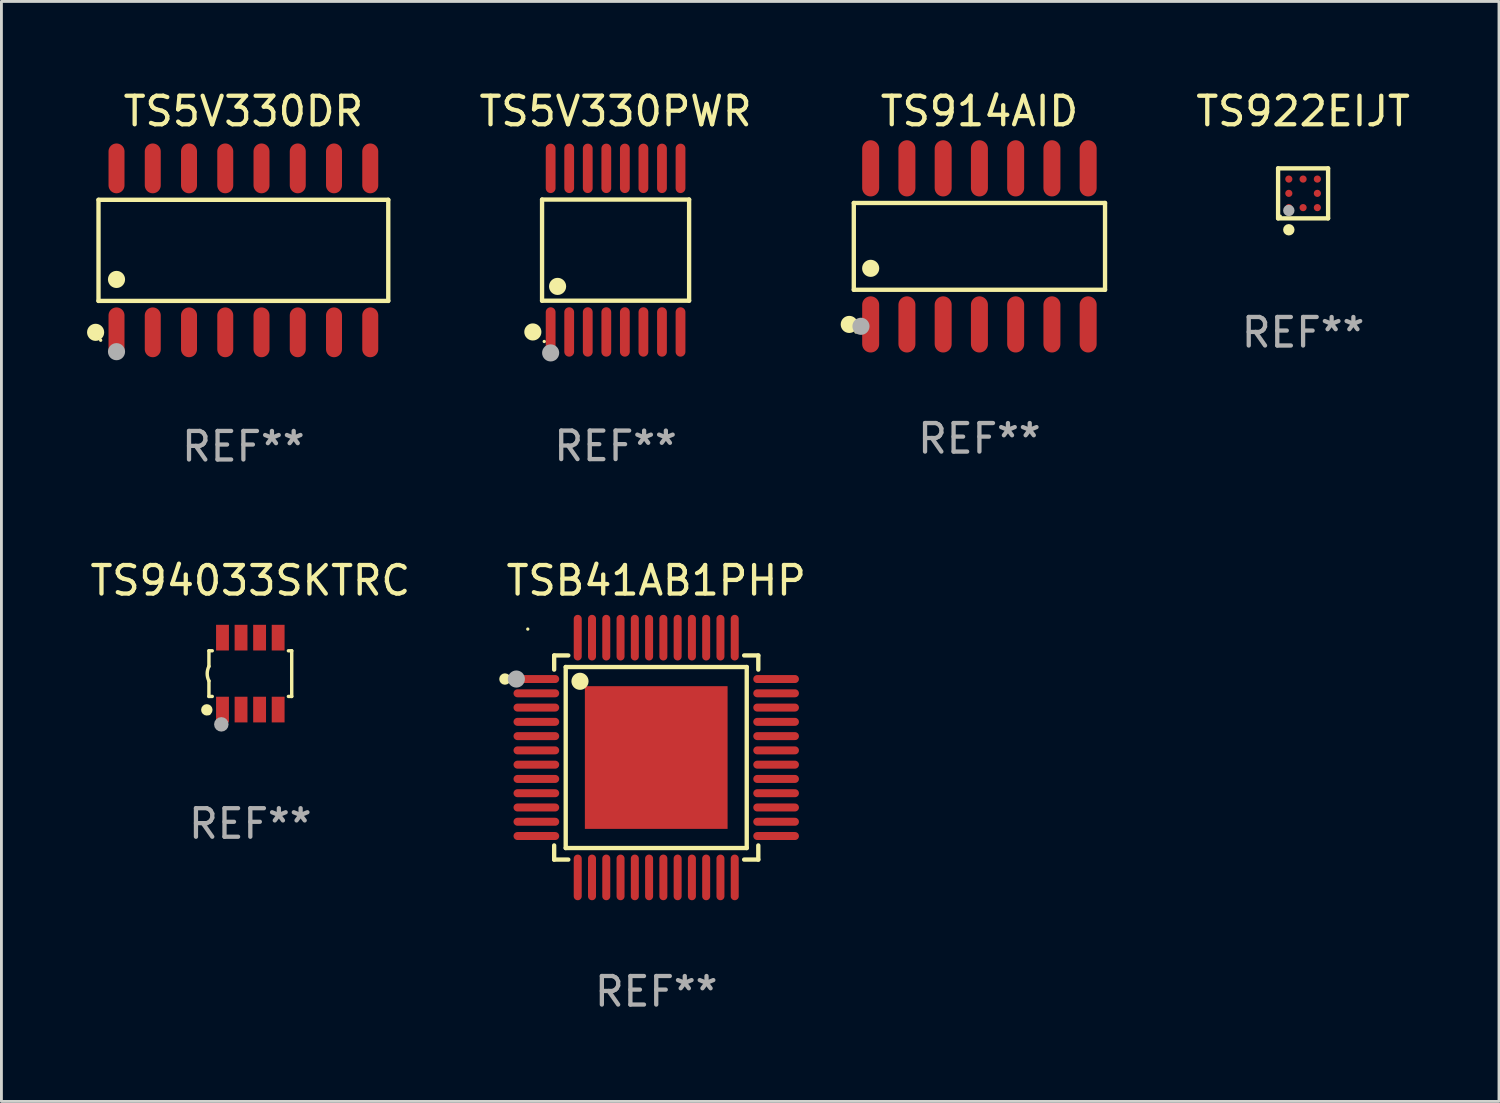
<source format=kicad_pcb>
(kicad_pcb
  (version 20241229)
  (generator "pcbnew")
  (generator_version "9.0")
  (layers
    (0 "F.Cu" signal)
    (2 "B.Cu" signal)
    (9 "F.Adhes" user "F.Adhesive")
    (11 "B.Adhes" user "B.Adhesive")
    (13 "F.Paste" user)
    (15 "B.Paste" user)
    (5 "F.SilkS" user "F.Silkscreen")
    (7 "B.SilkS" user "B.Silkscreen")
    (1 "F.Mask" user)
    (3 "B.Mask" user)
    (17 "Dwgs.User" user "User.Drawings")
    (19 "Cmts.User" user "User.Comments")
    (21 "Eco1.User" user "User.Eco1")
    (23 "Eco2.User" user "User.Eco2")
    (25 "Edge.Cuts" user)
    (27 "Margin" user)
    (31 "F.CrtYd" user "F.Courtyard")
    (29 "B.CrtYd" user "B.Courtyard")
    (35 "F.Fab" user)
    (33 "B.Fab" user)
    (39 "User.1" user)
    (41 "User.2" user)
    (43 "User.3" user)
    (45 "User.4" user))
  (footprint "TS922EIJT"
    (layer "F.Cu")
    (at 42.604 3.724)
    (property "Reference" "TS922EIJT" (at 0 -2.876 0) (layer "F.SilkS") (effects (font (size 1 1) (thickness 0.15))))
    (attr through_hole)
    (fp_line (start -0.876 -0.876) (end 0.876 -0.876) (stroke (width 0.152) (type solid)) (layer "F.SilkS"))
    (fp_line (start -0.876 0.876) (end -0.876 -0.876) (stroke (width 0.152) (type solid)) (layer "F.SilkS"))
    (fp_line (start 0.876 -0.876) (end 0.876 0.876) (stroke (width 0.152) (type solid)) (layer "F.SilkS"))
    (fp_line (start 0.876 0.876) (end -0.876 0.876) (stroke (width 0.152) (type solid)) (layer "F.SilkS"))
    (fp_circle (center -0.8 0.8) (end -0.77 0.8) (stroke (width 0.06) (type solid)) (fill no) (layer "F.SilkS"))
    (fp_circle (center -0.5 1.276) (end -0.4 1.276) (stroke (width 0.2) (type solid)) (fill no) (layer "F.SilkS"))
    (fp_circle (center -0.5 0.6) (end -0.4 0.6) (stroke (width 0.2) (type solid)) (fill no) (layer "F.Fab"))
    (fp_text user "REF**" (at 0 4.876 0) (layer "F.Fab") (effects (font (size 1 1) (thickness 0.15))))
    (pad "A1" smd circle (at -0.5 0.5) (size 0.252 0.252) (layers "F.Cu" "F.Mask" "F.Paste"))
    (pad "A2" smd circle (at -0.5 0) (size 0.252 0.252) (layers "F.Cu" "F.Mask" "F.Paste"))
    (pad "A3" smd circle (at -0.5 -0.5) (size 0.252 0.252) (layers "F.Cu" "F.Mask" "F.Paste"))
    (pad "B1" smd circle (at 0 0.5) (size 0.252 0.252) (layers "F.Cu" "F.Mask" "F.Paste"))
    (pad "B3" smd circle (at 0 -0.5) (size 0.252 0.252) (layers "F.Cu" "F.Mask" "F.Paste"))
    (pad "C1" smd circle (at 0.5 0.5) (size 0.252 0.252) (layers "F.Cu" "F.Mask" "F.Paste"))
    (pad "C2" smd circle (at 0.5 0) (size 0.252 0.252) (layers "F.Cu" "F.Mask" "F.Paste"))
    (pad "C3" smd circle (at 0.5 -0.5) (size 0.252 0.252) (layers "F.Cu" "F.Mask" "F.Paste")))
  (footprint "TSB41AB1PHP"
    (layer "F.Cu")
    (at 19.941 23.49)
    (property "Reference" "TSB41AB1PHP" (at 0 -6.2 0) (layer "F.SilkS") (effects (font (size 1 1) (thickness 0.15))))
    (attr through_hole)
    (fp_line (start -3.576 -3.576) (end -3.576 -3.08) (stroke (width 0.152) (type solid)) (layer "F.SilkS"))
    (fp_line (start -3.576 3.576) (end -3.576 3.08) (stroke (width 0.152) (type solid)) (layer "F.SilkS"))
    (fp_line (start -3.171 -3.171) (end 3.171 -3.171) (stroke (width 0.152) (type solid)) (layer "F.SilkS"))
    (fp_line (start -3.171 3.171) (end -3.171 -3.171) (stroke (width 0.152) (type solid)) (layer "F.SilkS"))
    (fp_line (start -3.08 -3.576) (end -3.576 -3.576) (stroke (width 0.152) (type solid)) (layer "F.SilkS"))
    (fp_line (start -3.08 3.576) (end -3.576 3.576) (stroke (width 0.152) (type solid)) (layer "F.SilkS"))
    (fp_line (start 3.08 -3.576) (end 3.576 -3.576) (stroke (width 0.152) (type solid)) (layer "F.SilkS"))
    (fp_line (start 3.08 3.576) (end 3.576 3.576) (stroke (width 0.152) (type solid)) (layer "F.SilkS"))
    (fp_line (start 3.171 -3.171) (end 3.171 3.171) (stroke (width 0.152) (type solid)) (layer "F.SilkS"))
    (fp_line (start 3.171 3.171) (end -3.171 3.171) (stroke (width 0.152) (type solid)) (layer "F.SilkS"))
    (fp_line (start 3.576 -3.576) (end 3.576 -3.08) (stroke (width 0.152) (type solid)) (layer "F.SilkS"))
    (fp_line (start 3.576 3.576) (end 3.576 3.08) (stroke (width 0.152) (type solid)) (layer "F.SilkS"))
    (fp_circle (center -5.3 -2.75) (end -5.2 -2.75) (stroke (width 0.2) (type solid)) (fill no) (layer "F.SilkS"))
    (fp_circle (center -4.5 -4.5) (end -4.47 -4.5) (stroke (width 0.06) (type solid)) (fill no) (layer "F.SilkS"))
    (fp_circle (center -2.671 -2.671) (end -2.521 -2.671) (stroke (width 0.3) (type solid)) (fill no) (layer "F.SilkS"))
    (fp_circle (center -4.9 -2.75) (end -4.75 -2.75) (stroke (width 0.3) (type solid)) (fill no) (layer "F.Fab"))
    (fp_text user "REF**" (at 0 8.2 0) (layer "F.Fab") (effects (font (size 1 1) (thickness 0.15))))
    (pad "1" smd oval (at -4.2 -2.75 270) (size 0.28 1.6) (layers "F.Cu" "F.Mask" "F.Paste"))
    (pad "2" smd oval (at -4.2 -2.25 270) (size 0.28 1.6) (layers "F.Cu" "F.Mask" "F.Paste"))
    (pad "3" smd oval (at -4.2 -1.75 270) (size 0.28 1.6) (layers "F.Cu" "F.Mask" "F.Paste"))
    (pad "4" smd oval (at -4.2 -1.25 270) (size 0.28 1.6) (layers "F.Cu" "F.Mask" "F.Paste"))
    (pad "5" smd oval (at -4.2 -0.75 270) (size 0.28 1.6) (layers "F.Cu" "F.Mask" "F.Paste"))
    (pad "6" smd oval (at -4.2 -0.25 270) (size 0.28 1.6) (layers "F.Cu" "F.Mask" "F.Paste"))
    (pad "7" smd oval (at -4.2 0.25 270) (size 0.28 1.6) (layers "F.Cu" "F.Mask" "F.Paste"))
    (pad "8" smd oval (at -4.2 0.75 270) (size 0.28 1.6) (layers "F.Cu" "F.Mask" "F.Paste"))
    (pad "9" smd oval (at -4.2 1.25 270) (size 0.28 1.6) (layers "F.Cu" "F.Mask" "F.Paste"))
    (pad "10" smd oval (at -4.2 1.75 270) (size 0.28 1.6) (layers "F.Cu" "F.Mask" "F.Paste"))
    (pad "11" smd oval (at -4.2 2.25 270) (size 0.28 1.6) (layers "F.Cu" "F.Mask" "F.Paste"))
    (pad "12" smd oval (at -4.2 2.75 270) (size 0.28 1.6) (layers "F.Cu" "F.Mask" "F.Paste"))
    (pad "13" smd oval (at -2.75 4.2 270) (size 1.6 0.28) (layers "F.Cu" "F.Mask" "F.Paste"))
    (pad "14" smd oval (at -2.25 4.2 270) (size 1.6 0.28) (layers "F.Cu" "F.Mask" "F.Paste"))
    (pad "15" smd oval (at -1.75 4.2 270) (size 1.6 0.28) (layers "F.Cu" "F.Mask" "F.Paste"))
    (pad "16" smd oval (at -1.25 4.2 270) (size 1.6 0.28) (layers "F.Cu" "F.Mask" "F.Paste"))
    (pad "17" smd oval (at -0.75 4.2 270) (size 1.6 0.28) (layers "F.Cu" "F.Mask" "F.Paste"))
    (pad "18" smd oval (at -0.25 4.2 270) (size 1.6 0.28) (layers "F.Cu" "F.Mask" "F.Paste"))
    (pad "19" smd oval (at 0.25 4.2 270) (size 1.6 0.28) (layers "F.Cu" "F.Mask" "F.Paste"))
    (pad "20" smd oval (at 0.75 4.2 270) (size 1.6 0.28) (layers "F.Cu" "F.Mask" "F.Paste"))
    (pad "21" smd oval (at 1.25 4.2 270) (size 1.6 0.28) (layers "F.Cu" "F.Mask" "F.Paste"))
    (pad "22" smd oval (at 1.75 4.2 270) (size 1.6 0.28) (layers "F.Cu" "F.Mask" "F.Paste"))
    (pad "23" smd oval (at 2.25 4.2 270) (size 1.6 0.28) (layers "F.Cu" "F.Mask" "F.Paste"))
    (pad "24" smd oval (at 2.75 4.2 270) (size 1.6 0.28) (layers "F.Cu" "F.Mask" "F.Paste"))
    (pad "25" smd oval (at 4.2 2.75 270) (size 0.28 1.6) (layers "F.Cu" "F.Mask" "F.Paste"))
    (pad "26" smd oval (at 4.2 2.25 270) (size 0.28 1.6) (layers "F.Cu" "F.Mask" "F.Paste"))
    (pad "27" smd oval (at 4.2 1.75 270) (size 0.28 1.6) (layers "F.Cu" "F.Mask" "F.Paste"))
    (pad "28" smd oval (at 4.2 1.25 270) (size 0.28 1.6) (layers "F.Cu" "F.Mask" "F.Paste"))
    (pad "29" smd oval (at 4.2 0.75 270) (size 0.28 1.6) (layers "F.Cu" "F.Mask" "F.Paste"))
    (pad "30" smd oval (at 4.2 0.25 270) (size 0.28 1.6) (layers "F.Cu" "F.Mask" "F.Paste"))
    (pad "31" smd oval (at 4.2 -0.25 270) (size 0.28 1.6) (layers "F.Cu" "F.Mask" "F.Paste"))
    (pad "32" smd oval (at 4.2 -0.75 270) (size 0.28 1.6) (layers "F.Cu" "F.Mask" "F.Paste"))
    (pad "33" smd oval (at 4.2 -1.25 270) (size 0.28 1.6) (layers "F.Cu" "F.Mask" "F.Paste"))
    (pad "34" smd oval (at 4.2 -1.75 270) (size 0.28 1.6) (layers "F.Cu" "F.Mask" "F.Paste"))
    (pad "35" smd oval (at 4.2 -2.25 270) (size 0.28 1.6) (layers "F.Cu" "F.Mask" "F.Paste"))
    (pad "36" smd oval (at 4.2 -2.75 270) (size 0.28 1.6) (layers "F.Cu" "F.Mask" "F.Paste"))
    (pad "37" smd oval (at 2.75 -4.2 270) (size 1.6 0.28) (layers "F.Cu" "F.Mask" "F.Paste"))
    (pad "38" smd oval (at 2.25 -4.2 270) (size 1.6 0.28) (layers "F.Cu" "F.Mask" "F.Paste"))
    (pad "39" smd oval (at 1.75 -4.2 270) (size 1.6 0.28) (layers "F.Cu" "F.Mask" "F.Paste"))
    (pad "40" smd oval (at 1.25 -4.2 270) (size 1.6 0.28) (layers "F.Cu" "F.Mask" "F.Paste"))
    (pad "41" smd oval (at 0.75 -4.2 270) (size 1.6 0.28) (layers "F.Cu" "F.Mask" "F.Paste"))
    (pad "42" smd oval (at 0.25 -4.2 270) (size 1.6 0.28) (layers "F.Cu" "F.Mask" "F.Paste"))
    (pad "43" smd oval (at -0.25 -4.2 270) (size 1.6 0.28) (layers "F.Cu" "F.Mask" "F.Paste"))
    (pad "44" smd oval (at -0.75 -4.2 270) (size 1.6 0.28) (layers "F.Cu" "F.Mask" "F.Paste"))
    (pad "45" smd oval (at -1.25 -4.2 270) (size 1.6 0.28) (layers "F.Cu" "F.Mask" "F.Paste"))
    (pad "46" smd oval (at -1.75 -4.2 270) (size 1.6 0.28) (layers "F.Cu" "F.Mask" "F.Paste"))
    (pad "47" smd oval (at -2.25 -4.2 270) (size 1.6 0.28) (layers "F.Cu" "F.Mask" "F.Paste"))
    (pad "48" smd oval (at -2.75 -4.2 270) (size 1.6 0.28) (layers "F.Cu" "F.Mask" "F.Paste"))
    (pad "49" smd rect (at 0 0 270) (size 5 5) (layers "F.Cu" "F.Mask" "F.Paste")))
  (footprint "TS5V330DR"
    (layer "F.Cu")
    (at 5.477 5.721)
    (property "Reference" "TS5V330DR" (at 0 -4.872 0) (layer "F.SilkS") (effects (font (size 1 1) (thickness 0.15))))
    (attr through_hole)
    (fp_line (start -5.076 -1.771) (end 5.076 -1.771) (stroke (width 0.152) (type solid)) (layer "F.SilkS"))
    (fp_line (start -5.076 1.771) (end -5.076 -1.771) (stroke (width 0.152) (type solid)) (layer "F.SilkS"))
    (fp_line (start 5.076 -1.771) (end 5.076 1.771) (stroke (width 0.152) (type solid)) (layer "F.SilkS"))
    (fp_line (start 5.076 1.771) (end -5.076 1.771) (stroke (width 0.152) (type solid)) (layer "F.SilkS"))
    (fp_circle (center -5.177 2.872) (end -5.027 2.872) (stroke (width 0.3) (type solid)) (fill no) (layer "F.SilkS"))
    (fp_circle (center -5 3.15) (end -4.97 3.15) (stroke (width 0.06) (type solid)) (fill no) (layer "F.SilkS"))
    (fp_circle (center -4.445 1.019) (end -4.295 1.019) (stroke (width 0.3) (type solid)) (fill no) (layer "F.SilkS"))
    (fp_circle (center -4.445 3.55) (end -4.295 3.55) (stroke (width 0.3) (type solid)) (fill no) (layer "F.Fab"))
    (fp_text user "REF**" (at 0 6.872 0) (layer "F.Fab") (effects (font (size 1 1) (thickness 0.15))))
    (pad "1" smd oval (at -4.445 2.872) (size 0.56 1.745) (layers "F.Cu" "F.Mask" "F.Paste"))
    (pad "2" smd oval (at -3.175 2.872) (size 0.56 1.745) (layers "F.Cu" "F.Mask" "F.Paste"))
    (pad "3" smd oval (at -1.905 2.872) (size 0.56 1.745) (layers "F.Cu" "F.Mask" "F.Paste"))
    (pad "4" smd oval (at -0.635 2.872) (size 0.56 1.745) (layers "F.Cu" "F.Mask" "F.Paste"))
    (pad "5" smd oval (at 0.635 2.872) (size 0.56 1.745) (layers "F.Cu" "F.Mask" "F.Paste"))
    (pad "6" smd oval (at 1.905 2.872) (size 0.56 1.745) (layers "F.Cu" "F.Mask" "F.Paste"))
    (pad "7" smd oval (at 3.175 2.872) (size 0.56 1.745) (layers "F.Cu" "F.Mask" "F.Paste"))
    (pad "8" smd oval (at 4.445 2.872) (size 0.56 1.745) (layers "F.Cu" "F.Mask" "F.Paste"))
    (pad "9" smd oval (at 4.445 -2.872) (size 0.56 1.745) (layers "F.Cu" "F.Mask" "F.Paste"))
    (pad "10" smd oval (at 3.175 -2.872) (size 0.56 1.745) (layers "F.Cu" "F.Mask" "F.Paste"))
    (pad "11" smd oval (at 1.905 -2.872) (size 0.56 1.745) (layers "F.Cu" "F.Mask" "F.Paste"))
    (pad "12" smd oval (at 0.635 -2.872) (size 0.56 1.745) (layers "F.Cu" "F.Mask" "F.Paste"))
    (pad "13" smd oval (at -0.635 -2.872) (size 0.56 1.745) (layers "F.Cu" "F.Mask" "F.Paste"))
    (pad "14" smd oval (at -1.905 -2.872) (size 0.56 1.745) (layers "F.Cu" "F.Mask" "F.Paste"))
    (pad "15" smd oval (at -3.175 -2.872) (size 0.56 1.745) (layers "F.Cu" "F.Mask" "F.Paste"))
    (pad "16" smd oval (at -4.445 -2.872) (size 0.56 1.745) (layers "F.Cu" "F.Mask" "F.Paste")))
  (footprint "TS94033SKTRC"
    (layer "F.Cu")
    (at 5.72 20.55)
    (property "Reference" "TS94033SKTRC" (at 0 -3.26 0) (layer "F.SilkS") (effects (font (size 1 1) (thickness 0.15))))
    (attr through_hole)
    (fp_line (start -1.45 -0.8) (end -1.45 -0.254) (stroke (width 0.12) (type solid)) (layer "F.SilkS"))
    (fp_line (start -1.45 -0.8) (end -1.334 -0.8) (stroke (width 0.12) (type solid)) (layer "F.SilkS"))
    (fp_line (start -1.45 0.8) (end -1.45 0.254) (stroke (width 0.12) (type solid)) (layer "F.SilkS"))
    (fp_line (start -1.45 0.8) (end -1.334 0.8) (stroke (width 0.12) (type solid)) (layer "F.SilkS"))
    (fp_line (start 1.334 -0.8) (end 1.45 -0.8) (stroke (width 0.12) (type solid)) (layer "F.SilkS"))
    (fp_line (start 1.334 0.8) (end 1.45 0.8) (stroke (width 0.12) (type solid)) (layer "F.SilkS"))
    (fp_line (start 1.45 0.8) (end 1.45 -0.8) (stroke (width 0.12) (type solid)) (layer "F.SilkS"))
    (fp_arc (start -1.45075 0.255144) (mid -1.510605 0.000434) (end -1.450013 -0.254102) (stroke (width 0.11999) (type solid)) (layer "F.SilkS"))
    (fp_circle (center -1.524 1.27) (end -1.424 1.27) (stroke (width 0.2) (type solid)) (fill no) (layer "F.SilkS"))
    (fp_circle (center -1.45 1.4) (end -1.42 1.4) (stroke (width 0.06) (type solid)) (fill no) (layer "F.SilkS"))
    (fp_circle (center -1.016 1.778) (end -0.889 1.778) (stroke (width 0.254) (type solid)) (fill no) (layer "F.Fab"))
    (fp_text user "REF**" (at 0 5.26 0) (layer "F.Fab") (effects (font (size 1 1) (thickness 0.15))))
    (pad "1" smd rect (at -0.975 1.26) (size 0.45 0.9) (layers "F.Cu" "F.Mask" "F.Paste"))
    (pad "2" smd rect (at -0.325 1.26) (size 0.45 0.9) (layers "F.Cu" "F.Mask" "F.Paste"))
    (pad "3" smd rect (at 0.325 1.26) (size 0.45 0.9) (layers "F.Cu" "F.Mask" "F.Paste"))
    (pad "4" smd rect (at 0.975 1.26) (size 0.45 0.9) (layers "F.Cu" "F.Mask" "F.Paste"))
    (pad "5" smd rect (at 0.975 -1.26) (size 0.45 0.9) (layers "F.Cu" "F.Mask" "F.Paste"))
    (pad "6" smd rect (at 0.325 -1.26) (size 0.45 0.9) (layers "F.Cu" "F.Mask" "F.Paste"))
    (pad "7" smd rect (at -0.325 -1.26) (size 0.45 0.9) (layers "F.Cu" "F.Mask" "F.Paste"))
    (pad "8" smd rect (at -0.975 -1.26) (size 0.45 0.9) (layers "F.Cu" "F.Mask" "F.Paste")))
  (footprint "TS5V330PWR"
    (layer "F.Cu")
    (at 18.517 5.714)
    (property "Reference" "TS5V330PWR" (at 0 -4.866 0) (layer "F.SilkS") (effects (font (size 1 1) (thickness 0.15))))
    (attr through_hole)
    (fp_line (start -2.576 -1.772) (end 2.576 -1.772) (stroke (width 0.152) (type solid)) (layer "F.SilkS"))
    (fp_line (start -2.576 1.771) (end -2.576 -1.772) (stroke (width 0.152) (type solid)) (layer "F.SilkS"))
    (fp_line (start 2.576 -1.772) (end 2.576 1.771) (stroke (width 0.152) (type solid)) (layer "F.SilkS"))
    (fp_line (start 2.576 1.771) (end -2.576 1.771) (stroke (width 0.152) (type solid)) (layer "F.SilkS"))
    (fp_circle (center -2.899 2.866) (end -2.749 2.866) (stroke (width 0.3) (type solid)) (fill no) (layer "F.SilkS"))
    (fp_circle (center -2.5 3.2) (end -2.47 3.2) (stroke (width 0.06) (type solid)) (fill no) (layer "F.SilkS"))
    (fp_circle (center -2.032 1.27) (end -1.882 1.27) (stroke (width 0.3) (type solid)) (fill no) (layer "F.SilkS"))
    (fp_circle (center -2.275 3.6) (end -2.125 3.6) (stroke (width 0.3) (type solid)) (fill no) (layer "F.Fab"))
    (fp_text user "REF**" (at 0 6.866 0) (layer "F.Fab") (effects (font (size 1 1) (thickness 0.15))))
    (pad "1" smd oval (at -2.275 2.866) (size 0.343 1.731) (layers "F.Cu" "F.Mask" "F.Paste"))
    (pad "2" smd oval (at -1.625 2.866) (size 0.343 1.731) (layers "F.Cu" "F.Mask" "F.Paste"))
    (pad "3" smd oval (at -0.975 2.866) (size 0.343 1.731) (layers "F.Cu" "F.Mask" "F.Paste"))
    (pad "4" smd oval (at -0.325 2.866) (size 0.343 1.731) (layers "F.Cu" "F.Mask" "F.Paste"))
    (pad "5" smd oval (at 0.325 2.866) (size 0.343 1.731) (layers "F.Cu" "F.Mask" "F.Paste"))
    (pad "6" smd oval (at 0.975 2.866) (size 0.343 1.731) (layers "F.Cu" "F.Mask" "F.Paste"))
    (pad "7" smd oval (at 1.625 2.866) (size 0.343 1.731) (layers "F.Cu" "F.Mask" "F.Paste"))
    (pad "8" smd oval (at 2.275 2.866) (size 0.343 1.731) (layers "F.Cu" "F.Mask" "F.Paste"))
    (pad "9" smd oval (at 2.275 -2.866) (size 0.343 1.731) (layers "F.Cu" "F.Mask" "F.Paste"))
    (pad "10" smd oval (at 1.625 -2.866) (size 0.343 1.731) (layers "F.Cu" "F.Mask" "F.Paste"))
    (pad "11" smd oval (at 0.975 -2.866) (size 0.343 1.731) (layers "F.Cu" "F.Mask" "F.Paste"))
    (pad "12" smd oval (at 0.325 -2.866) (size 0.343 1.731) (layers "F.Cu" "F.Mask" "F.Paste"))
    (pad "13" smd oval (at -0.325 -2.866) (size 0.343 1.731) (layers "F.Cu" "F.Mask" "F.Paste"))
    (pad "14" smd oval (at -0.975 -2.866) (size 0.343 1.731) (layers "F.Cu" "F.Mask" "F.Paste"))
    (pad "15" smd oval (at -1.625 -2.866) (size 0.343 1.731) (layers "F.Cu" "F.Mask" "F.Paste"))
    (pad "16" smd oval (at -2.275 -2.866) (size 0.343 1.731) (layers "F.Cu" "F.Mask" "F.Paste")))
  (footprint "TS914AID"
    (layer "F.Cu")
    (at 31.264 5.582)
    (property "Reference" "TS914AID" (at 0 -4.734 0) (layer "F.SilkS") (effects (font (size 1 1) (thickness 0.15))))
    (attr through_hole)
    (fp_line (start -4.401 -1.521) (end 4.401 -1.521) (stroke (width 0.152) (type solid)) (layer "F.SilkS"))
    (fp_line (start -4.401 1.521) (end -4.401 -1.521) (stroke (width 0.152) (type solid)) (layer "F.SilkS"))
    (fp_line (start 4.401 -1.521) (end 4.401 1.521) (stroke (width 0.152) (type solid)) (layer "F.SilkS"))
    (fp_line (start 4.401 1.521) (end -4.401 1.521) (stroke (width 0.152) (type solid)) (layer "F.SilkS"))
    (fp_circle (center -4.56 2.734) (end -4.41 2.734) (stroke (width 0.3) (type solid)) (fill no) (layer "F.SilkS"))
    (fp_circle (center -4.325 3) (end -4.295 3) (stroke (width 0.06) (type solid)) (fill no) (layer "F.SilkS"))
    (fp_circle (center -3.81 0.769) (end -3.66 0.769) (stroke (width 0.3) (type solid)) (fill no) (layer "F.SilkS"))
    (fp_circle (center -4.15 2.8) (end -4 2.8) (stroke (width 0.3) (type solid)) (fill no) (layer "F.Fab"))
    (fp_text user "REF**" (at 0 6.734 0) (layer "F.Fab") (effects (font (size 1 1) (thickness 0.15))))
    (pad "1" smd oval (at -3.81 2.734) (size 0.595 1.968) (layers "F.Cu" "F.Mask" "F.Paste"))
    (pad "2" smd oval (at -2.54 2.734) (size 0.595 1.968) (layers "F.Cu" "F.Mask" "F.Paste"))
    (pad "3" smd oval (at -1.27 2.734) (size 0.595 1.968) (layers "F.Cu" "F.Mask" "F.Paste"))
    (pad "4" smd oval (at 0 2.734) (size 0.595 1.968) (layers "F.Cu" "F.Mask" "F.Paste"))
    (pad "5" smd oval (at 1.27 2.734) (size 0.595 1.968) (layers "F.Cu" "F.Mask" "F.Paste"))
    (pad "6" smd oval (at 2.54 2.734) (size 0.595 1.968) (layers "F.Cu" "F.Mask" "F.Paste"))
    (pad "7" smd oval (at 3.81 2.734) (size 0.595 1.968) (layers "F.Cu" "F.Mask" "F.Paste"))
    (pad "8" smd oval (at 3.81 -2.734) (size 0.595 1.968) (layers "F.Cu" "F.Mask" "F.Paste"))
    (pad "9" smd oval (at 2.54 -2.734) (size 0.595 1.968) (layers "F.Cu" "F.Mask" "F.Paste"))
    (pad "10" smd oval (at 1.27 -2.734) (size 0.595 1.968) (layers "F.Cu" "F.Mask" "F.Paste"))
    (pad "11" smd oval (at 0 -2.734) (size 0.595 1.968) (layers "F.Cu" "F.Mask" "F.Paste"))
    (pad "12" smd oval (at -1.27 -2.734) (size 0.595 1.968) (layers "F.Cu" "F.Mask" "F.Paste"))
    (pad "13" smd oval (at -2.54 -2.734) (size 0.595 1.968) (layers "F.Cu" "F.Mask" "F.Paste"))
    (pad "14" smd oval (at -3.81 -2.734) (size 0.595 1.968) (layers "F.Cu" "F.Mask" "F.Paste")))
  (gr_rect
    (start -3 -3)
    (end 49.467 35.538)
    (stroke (width 0.1) (type default))
    (fill no)
    (layer "Edge.Cuts")))
</source>
